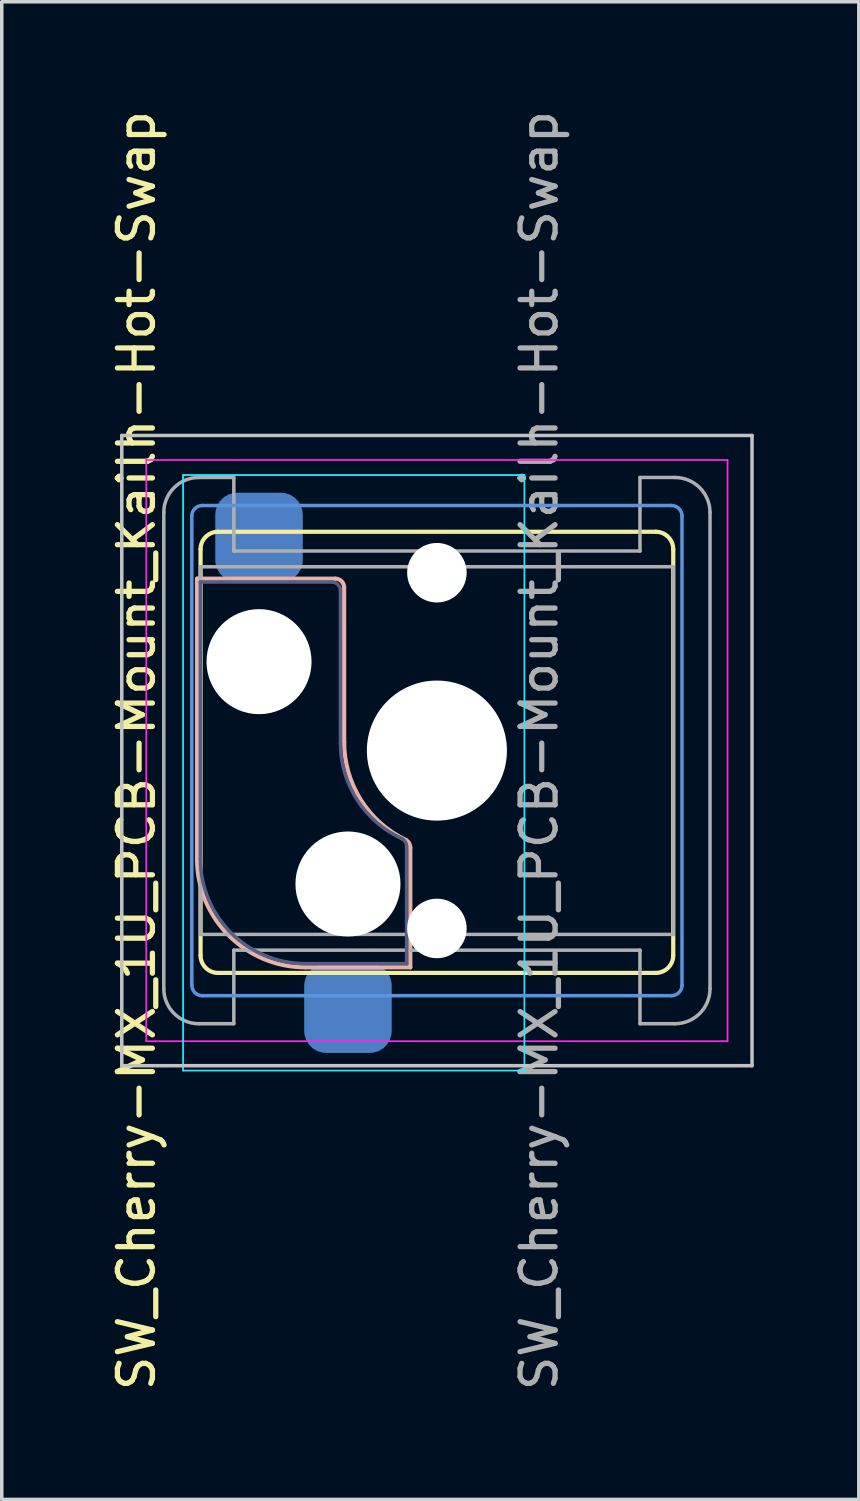
<source format=kicad_pcb>
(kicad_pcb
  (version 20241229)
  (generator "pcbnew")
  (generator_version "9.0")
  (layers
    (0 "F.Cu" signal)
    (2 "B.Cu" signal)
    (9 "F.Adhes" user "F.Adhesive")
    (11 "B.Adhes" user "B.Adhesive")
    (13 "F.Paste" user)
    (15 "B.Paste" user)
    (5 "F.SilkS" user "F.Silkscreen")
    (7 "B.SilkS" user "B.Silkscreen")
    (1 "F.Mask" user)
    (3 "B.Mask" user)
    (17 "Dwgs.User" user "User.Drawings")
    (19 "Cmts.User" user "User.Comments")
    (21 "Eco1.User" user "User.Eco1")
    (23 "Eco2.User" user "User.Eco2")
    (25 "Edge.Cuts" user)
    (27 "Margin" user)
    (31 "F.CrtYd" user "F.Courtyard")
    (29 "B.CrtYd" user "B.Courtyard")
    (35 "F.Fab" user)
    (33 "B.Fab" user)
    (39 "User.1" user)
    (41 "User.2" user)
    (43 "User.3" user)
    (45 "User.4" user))
  (footprint "SW_Cherry-MX_1U_PCB-Mount_Kailh-Hot-Swap"
    (layer "F.Cu")
    (at 4.348 15.847)
    (property "Reference" "SW_Cherry-MX_1U_PCB-Mount_Kailh-Hot-Swap" (at -3.5 2.54 90) (layer "F.SilkS") (effects (font (size 1 1) (thickness 0.15))))
    (attr smd)
    (fp_line (start -1.67 -3.21) (end -1.67 8.39) (stroke (width 0.12) (type solid)) (layer "F.SilkS"))
    (fp_line (start -1.17 -3.71) (end 11.33 -3.71) (stroke (width 0.12) (type solid)) (layer "F.SilkS"))
    (fp_line (start -1.17 8.89) (end 11.33 8.89) (stroke (width 0.12) (type solid)) (layer "F.SilkS"))
    (fp_line (start 11.83 -3.21) (end 11.83 8.39) (stroke (width 0.12) (type solid)) (layer "F.SilkS"))
    (fp_arc (start -1.67 -3.21) (mid -1.523553 -3.563553) (end -1.17 -3.71) (stroke (width 0.12) (type solid)) (layer "F.SilkS"))
    (fp_arc (start -1.17 8.89) (mid -1.523553 8.743553) (end -1.67 8.39) (stroke (width 0.12) (type solid)) (layer "F.SilkS"))
    (fp_arc (start 11.33 -3.71) (mid 11.683553 -3.563553) (end 11.83 -3.21) (stroke (width 0.12) (type solid)) (layer "F.SilkS"))
    (fp_arc (start 11.83 8.39) (mid 11.683553 8.743553) (end 11.33 8.89) (stroke (width 0.12) (type solid)) (layer "F.SilkS"))
    (fp_line (start -1.77 -2.37) (end 2.18 -2.37) (stroke (width 0.12) (type solid)) (layer "B.SilkS"))
    (fp_line (start -1.77 5.63) (end -1.77 -2.37) (stroke (width 0.12) (type solid)) (layer "B.SilkS"))
    (fp_line (start 1.33 8.73) (end 4.32 8.73) (stroke (width 0.12) (type solid)) (layer "B.SilkS"))
    (fp_line (start 2.43 -2.12) (end 2.431 2.297) (stroke (width 0.12) (type solid)) (layer "B.SilkS"))
    (fp_line (start 4.32 8.73) (end 4.32 5.31) (stroke (width 0.12) (type solid)) (layer "B.SilkS"))
    (fp_arc (start 1.33 8.73) (mid -0.862031 7.822031) (end -1.77 5.63) (stroke (width 0.12) (type solid)) (layer "B.SilkS"))
    (fp_arc (start 2.18 -2.37) (mid 2.356777 -2.296777) (end 2.43 -2.12) (stroke (width 0.12) (type solid)) (layer "B.SilkS"))
    (fp_arc (start 4.200434 5.096724) (mid 2.910087 3.95288) (end 2.43051 2.296564) (stroke (width 0.12) (type solid)) (layer "B.SilkS"))
    (fp_arc (start 4.200434 5.096724) (mid 4.288069 5.187748) (end 4.32 5.31) (stroke (width 0.12) (type solid)) (layer "B.SilkS"))
    (fp_line (start -3.92 -6.46) (end -3.92 11.54) (stroke (width 0.1) (type solid)) (layer "Dwgs.User"))
    (fp_line (start -3.92 -6.46) (end 14.08 -6.46) (stroke (width 0.1) (type solid)) (layer "Dwgs.User"))
    (fp_line (start -3.92 11.54) (end 14.08 11.54) (stroke (width 0.1) (type solid)) (layer "Dwgs.User"))
    (fp_line (start 14.08 -6.46) (end 14.08 11.54) (stroke (width 0.1) (type solid)) (layer "Dwgs.User"))
    (fp_line (start -1.92 9.24) (end -1.92 -4.16) (stroke (width 0.1) (type solid)) (layer "Cmts.User"))
    (fp_line (start -1.62 -4.46) (end 11.78 -4.46) (stroke (width 0.1) (type solid)) (layer "Cmts.User"))
    (fp_line (start -1.62 9.54) (end 11.78 9.54) (stroke (width 0.1) (type solid)) (layer "Cmts.User"))
    (fp_line (start 12.08 9.24) (end 12.08 -4.16) (stroke (width 0.1) (type solid)) (layer "Cmts.User"))
    (fp_arc (start -1.92 -4.16) (mid -1.832132 -4.372132) (end -1.62 -4.46) (stroke (width 0.1) (type solid)) (layer "Cmts.User"))
    (fp_arc (start -1.62 9.54) (mid -1.832132 9.452132) (end -1.92 9.24) (stroke (width 0.1) (type solid)) (layer "Cmts.User"))
    (fp_arc (start 11.78 -4.46) (mid 11.992132 -4.372132) (end 12.08 -4.16) (stroke (width 0.1) (type solid)) (layer "Cmts.User"))
    (fp_arc (start 12.08 9.24) (mid 11.992132 9.452132) (end 11.78 9.54) (stroke (width 0.1) (type solid)) (layer "Cmts.User"))
    (fp_line (start -2.17 -5.33) (end -2.17 11.68) (stroke (width 0.05) (type solid)) (layer "B.CrtYd"))
    (fp_line (start -2.17 -5.33) (end 7.58 -5.33) (stroke (width 0.05) (type solid)) (layer "B.CrtYd"))
    (fp_line (start -2.17 11.68) (end 7.58 11.68) (stroke (width 0.05) (type solid)) (layer "B.CrtYd"))
    (fp_line (start 7.58 -5.33) (end 7.58 11.68) (stroke (width 0.05) (type solid)) (layer "B.CrtYd"))
    (fp_line (start -3.22 -5.76) (end -3.22 10.84) (stroke (width 0.05) (type solid)) (layer "F.CrtYd"))
    (fp_line (start -3.22 -5.76) (end 13.38 -5.76) (stroke (width 0.05) (type solid)) (layer "F.CrtYd"))
    (fp_line (start -3.22 10.84) (end 13.38 10.84) (stroke (width 0.05) (type solid)) (layer "F.CrtYd"))
    (fp_line (start 13.38 -5.76) (end 13.38 10.84) (stroke (width 0.05) (type solid)) (layer "F.CrtYd"))
    (fp_line (start -1.675 -2.275) (end 2.075 -2.275) (stroke (width 0.1) (type solid)) (layer "B.Fab"))
    (fp_line (start -1.675 5.625) (end -1.675 -2.275) (stroke (width 0.1) (type solid)) (layer "B.Fab"))
    (fp_line (start 1.325 8.625) (end 4.215 8.625) (stroke (width 0.1) (type solid)) (layer "B.Fab"))
    (fp_line (start 2.325 -2.025) (end 2.325 2.325) (stroke (width 0.1) (type solid)) (layer "B.Fab"))
    (fp_line (start 4.215 5.275) (end 4.215 8.625) (stroke (width 0.1) (type solid)) (layer "B.Fab"))
    (fp_arc (start 1.325 8.625) (mid -0.79632 7.74632) (end -1.675 5.625) (stroke (width 0.1) (type solid)) (layer "B.Fab"))
    (fp_arc (start 2.075 -2.275) (mid 2.251777 -2.201777) (end 2.325 -2.025) (stroke (width 0.1) (type solid)) (layer "B.Fab"))
    (fp_arc (start 4.094864 5.061376) (mid 2.805971 3.954536) (end 2.324914 2.325142) (stroke (width 0.1) (type solid)) (layer "B.Fab"))
    (fp_arc (start 4.094864 5.061376) (mid 4.182906 5.152456) (end 4.215 5.275) (stroke (width 0.1) (type solid)) (layer "B.Fab"))
    (fp_line (start -2.72 -4.26) (end -2.72 9.34) (stroke (width 0.1) (type solid)) (layer "F.Fab"))
    (fp_line (start -1.72 -5.26) (end -0.72 -5.26) (stroke (width 0.1) (type solid)) (layer "F.Fab"))
    (fp_line (start -1.72 10.34) (end -0.72 10.34) (stroke (width 0.1) (type solid)) (layer "F.Fab"))
    (fp_line (start -1.67 -2.71) (end -1.67 7.79) (stroke (width 0.1) (type solid)) (layer "F.Fab"))
    (fp_line (start -1.67 -2.71) (end 11.83 -2.71) (stroke (width 0.1) (type solid)) (layer "F.Fab"))
    (fp_line (start -1.67 7.79) (end 11.83 7.79) (stroke (width 0.1) (type solid)) (layer "F.Fab"))
    (fp_line (start -0.72 -3.16) (end -0.72 -5.26) (stroke (width 0.1) (type solid)) (layer "F.Fab"))
    (fp_line (start -0.72 -3.16) (end 10.88 -3.16) (stroke (width 0.1) (type solid)) (layer "F.Fab"))
    (fp_line (start -0.72 8.24) (end 10.88 8.24) (stroke (width 0.1) (type solid)) (layer "F.Fab"))
    (fp_line (start -0.72 10.34) (end -0.72 8.24) (stroke (width 0.1) (type solid)) (layer "F.Fab"))
    (fp_line (start 10.88 -5.26) (end 11.88 -5.26) (stroke (width 0.1) (type solid)) (layer "F.Fab"))
    (fp_line (start 10.88 -3.16) (end 10.88 -5.26) (stroke (width 0.1) (type solid)) (layer "F.Fab"))
    (fp_line (start 10.88 10.34) (end 10.88 8.24) (stroke (width 0.1) (type solid)) (layer "F.Fab"))
    (fp_line (start 10.88 10.34) (end 11.88 10.34) (stroke (width 0.1) (type solid)) (layer "F.Fab"))
    (fp_line (start 11.83 -2.71) (end 11.83 7.79) (stroke (width 0.1) (type solid)) (layer "F.Fab"))
    (fp_line (start 12.88 -4.26) (end 12.88 9.34) (stroke (width 0.1) (type solid)) (layer "F.Fab"))
    (fp_arc (start -2.72 -4.26) (mid -2.427107 -4.967107) (end -1.72 -5.26) (stroke (width 0.1) (type solid)) (layer "F.Fab"))
    (fp_arc (start -1.72 10.34) (mid -2.427107 10.047107) (end -2.72 9.34) (stroke (width 0.1) (type solid)) (layer "F.Fab"))
    (fp_arc (start 11.88 -5.26) (mid 12.587107 -4.967107) (end 12.88 -4.26) (stroke (width 0.1) (type solid)) (layer "F.Fab"))
    (fp_arc (start 12.88 9.34) (mid 12.587107 10.047107) (end 11.88 10.34) (stroke (width 0.1) (type solid)) (layer "F.Fab"))
    (fp_text user "${REFERENCE}" (at 8 2.54 90) (layer "F.Fab") (effects (font (size 1 1) (thickness 0.15))))
    (pad "" np_thru_hole circle (at 0 0) (size 3 3) (drill 3) (layers "*.Cu" "*.Mask"))
    (pad "" np_thru_hole circle (at 2.54 6.35) (size 3 3) (drill 3) (layers "*.Cu" "*.Mask"))
    (pad "" np_thru_hole circle (at 5.08 -2.54) (size 1.7 1.7) (drill 1.7) (layers "*.Cu" "*.Mask"))
    (pad "" np_thru_hole circle (at 5.08 2.54) (size 4 4) (drill 4) (layers "*.Cu" "*.Mask"))
    (pad "" np_thru_hole circle (at 5.08 7.62) (size 1.7 1.7) (drill 1.7) (layers "*.Cu" "*.Mask"))
    (pad "1" smd roundrect (at 0 -3.55 90) (size 2.55 2.5) (layers "B.Cu" "B.Mask" "B.Paste") (roundrect_rratio 0.25))
    (pad "2" smd roundrect (at 2.54 9.9 90) (size 2.55 2.5) (layers "B.Cu" "B.Mask" "B.Paste") (roundrect_rratio 0.25)))
  (gr_rect
    (start -3 -3)
    (end 21.478 39.774)
    (stroke (width 0.1) (type default))
    (fill no)
    (layer "Edge.Cuts")))
</source>
